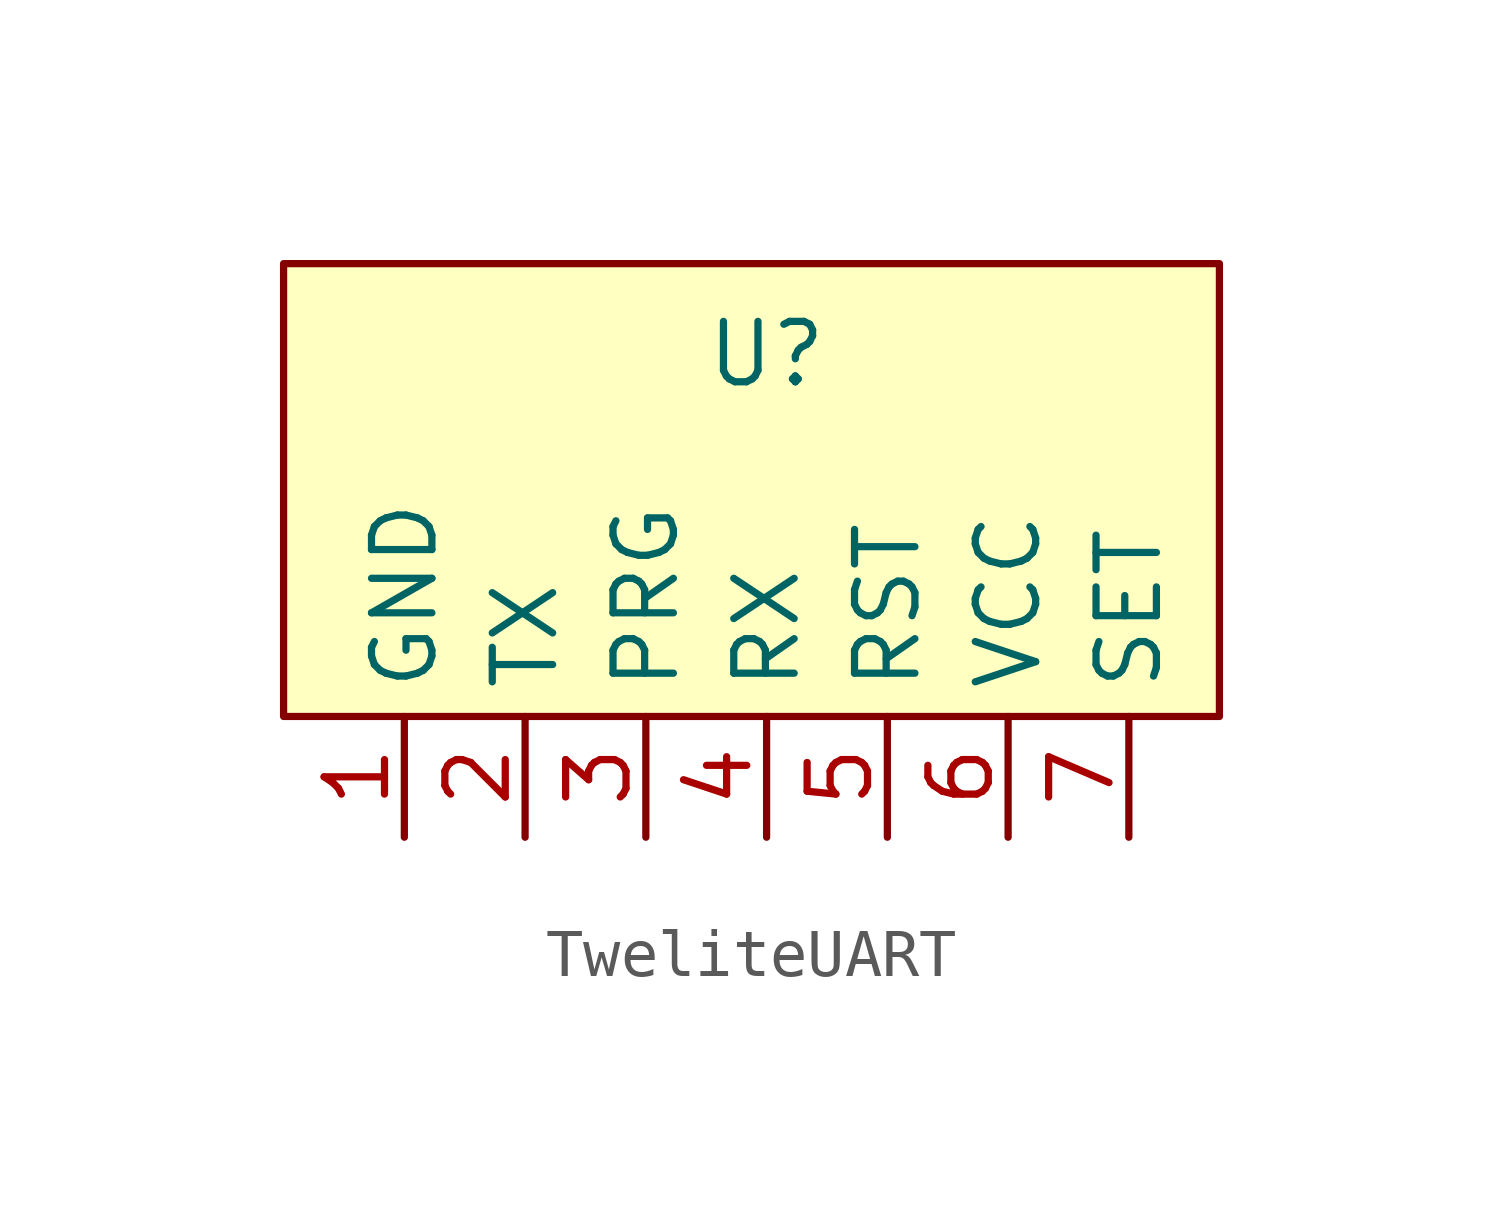
<source format=kicad_sym>
(kicad_symbol_lib
  (version 20220914)
  (generator kicad_symbol_editor)
  (symbol "TweliteUART"
    (property "Reference" "U"
      (at 0 -1.905 0)
      (effects (font (size 1.27 1.27))))
    (property "Value" ""
      (at 0 0 0)
      (effects (font (size 1.27 1.27))))
    (symbol "TweliteUART_1_1"
      (rectangle (start -10.16 0) (end 9.525 -9.525) (stroke (width 0) (type default)) (fill (type background)))
      (pin power_in line (at -7.62 -12.065 90) (length 2.54) (name "GND" (effects (font (size 1.27 1.27)))) (number "1" (effects (font (size 1.27 1.27)))))
      (pin output line (at -5.08 -12.065 90) (length 2.54) (name "TX" (effects (font (size 1.27 1.27)))) (number "2" (effects (font (size 1.27 1.27)))))
      (pin bidirectional line (at -2.54 -12.065 90) (length 2.54) (name "PRG" (effects (font (size 1.27 1.27)))) (number "3" (effects (font (size 1.27 1.27)))))
      (pin input line (at 0 -12.065 90) (length 2.54) (name "RX" (effects (font (size 1.27 1.27)))) (number "4" (effects (font (size 1.27 1.27)))))
      (pin bidirectional line (at 2.54 -12.065 90) (length 2.54) (name "RST" (effects (font (size 1.27 1.27)))) (number "5" (effects (font (size 1.27 1.27)))))
      (pin power_in line (at 5.08 -12.065 90) (length 2.54) (name "VCC" (effects (font (size 1.27 1.27)))) (number "6" (effects (font (size 1.27 1.27)))))
      (pin bidirectional line (at 7.62 -12.065 90) (length 2.54) (name "SET" (effects (font (size 1.27 1.27)))) (number "7" (effects (font (size 1.27 1.27))))))))
</source>
